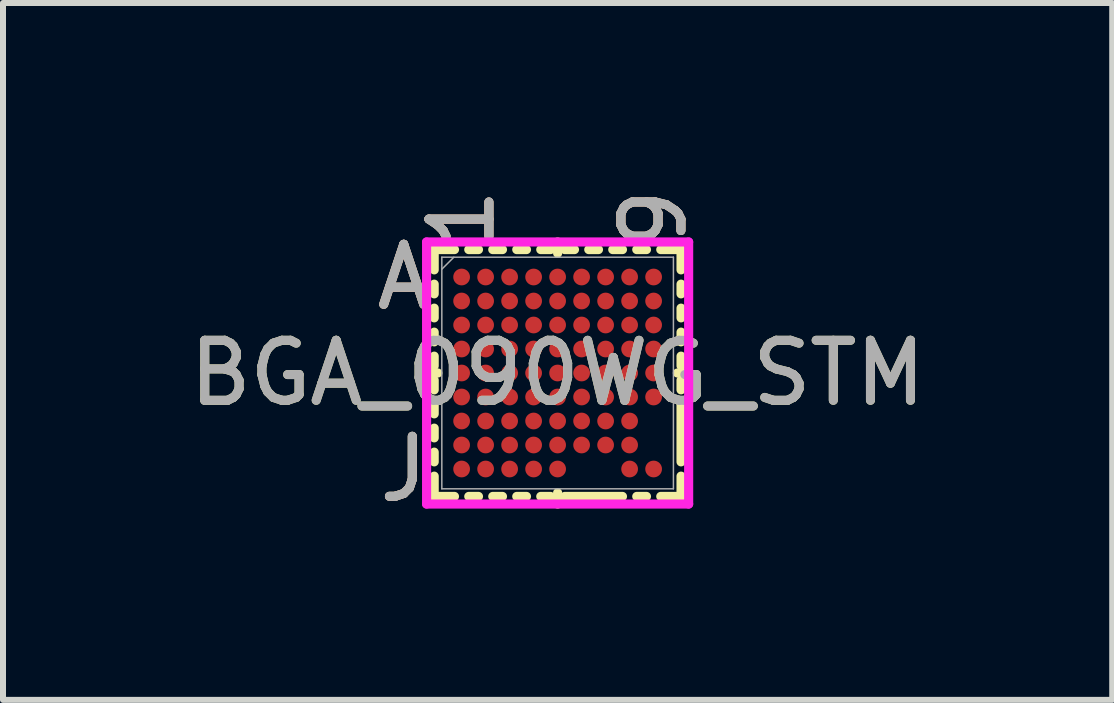
<source format=kicad_pcb>
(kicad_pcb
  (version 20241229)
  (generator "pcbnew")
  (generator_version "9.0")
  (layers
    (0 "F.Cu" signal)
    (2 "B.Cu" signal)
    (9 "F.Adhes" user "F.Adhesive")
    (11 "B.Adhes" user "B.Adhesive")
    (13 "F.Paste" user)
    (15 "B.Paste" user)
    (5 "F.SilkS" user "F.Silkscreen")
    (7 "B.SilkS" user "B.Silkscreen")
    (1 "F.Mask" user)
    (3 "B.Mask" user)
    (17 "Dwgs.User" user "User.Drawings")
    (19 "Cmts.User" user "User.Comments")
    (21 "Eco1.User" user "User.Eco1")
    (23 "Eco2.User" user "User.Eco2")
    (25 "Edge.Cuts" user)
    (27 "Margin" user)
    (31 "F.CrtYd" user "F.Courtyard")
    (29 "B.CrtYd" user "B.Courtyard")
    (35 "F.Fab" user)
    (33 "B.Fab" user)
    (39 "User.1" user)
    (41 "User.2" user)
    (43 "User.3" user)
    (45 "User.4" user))
  (footprint "BGA_090WG_STM"
    (layer "F.Cu")
    (at 6.244 3.167)
    (property "Reference" "BGA_090WG_STM" (at 0 0 0) (unlocked yes) (layer "F.SilkS") (effects (font (size 1 1) (thickness 0.15))))
    (attr smd)
    (fp_line (start -2.057 -2.057) (end -2.057 -1.719) (stroke (width 0.152) (type solid)) (layer "F.SilkS"))
    (fp_line (start -2.057 -1.481) (end -2.057 -1.319) (stroke (width 0.152) (type solid)) (layer "F.SilkS"))
    (fp_line (start -2.057 -1.081) (end -2.057 -0.919) (stroke (width 0.152) (type solid)) (layer "F.SilkS"))
    (fp_line (start -2.057 -0.681) (end -2.057 -0.519) (stroke (width 0.152) (type solid)) (layer "F.SilkS"))
    (fp_line (start -2.057 -0.281) (end -2.057 -0.119) (stroke (width 0.152) (type solid)) (layer "F.SilkS"))
    (fp_line (start -2.057 0.119) (end -2.057 0.281) (stroke (width 0.152) (type solid)) (layer "F.SilkS"))
    (fp_line (start -2.057 0.519) (end -2.057 0.681) (stroke (width 0.152) (type solid)) (layer "F.SilkS"))
    (fp_line (start -2.057 0.919) (end -2.057 1.081) (stroke (width 0.152) (type solid)) (layer "F.SilkS"))
    (fp_line (start -2.057 1.319) (end -2.057 1.481) (stroke (width 0.152) (type solid)) (layer "F.SilkS"))
    (fp_line (start -2.057 1.719) (end -2.057 2.057) (stroke (width 0.152) (type solid)) (layer "F.SilkS"))
    (fp_line (start -2.057 2.057) (end -1.719 2.057) (stroke (width 0.152) (type solid)) (layer "F.SilkS"))
    (fp_line (start -1.996 0) (end -2.184 0) (stroke (width 0.152) (type solid)) (layer "F.SilkS"))
    (fp_line (start -1.719 -2.057) (end -2.057 -2.057) (stroke (width 0.152) (type solid)) (layer "F.SilkS"))
    (fp_line (start -1.481 2.057) (end -1.319 2.057) (stroke (width 0.152) (type solid)) (layer "F.SilkS"))
    (fp_line (start -1.319 -2.057) (end -1.481 -2.057) (stroke (width 0.152) (type solid)) (layer "F.SilkS"))
    (fp_line (start -1.081 2.057) (end -0.919 2.057) (stroke (width 0.152) (type solid)) (layer "F.SilkS"))
    (fp_line (start -0.919 -2.057) (end -1.081 -2.057) (stroke (width 0.152) (type solid)) (layer "F.SilkS"))
    (fp_line (start -0.681 2.057) (end -0.519 2.057) (stroke (width 0.152) (type solid)) (layer "F.SilkS"))
    (fp_line (start -0.519 -2.057) (end -0.681 -2.057) (stroke (width 0.152) (type solid)) (layer "F.SilkS"))
    (fp_line (start -0.281 2.057) (end -0.119 2.057) (stroke (width 0.152) (type solid)) (layer "F.SilkS"))
    (fp_line (start -0.119 -2.057) (end -0.281 -2.057) (stroke (width 0.152) (type solid)) (layer "F.SilkS"))
    (fp_line (start 0 -1.996) (end 0 -2.184) (stroke (width 0.152) (type solid)) (layer "F.SilkS"))
    (fp_line (start 0 1.996) (end 0 2.184) (stroke (width 0.152) (type solid)) (layer "F.SilkS"))
    (fp_line (start 0.119 2.057) (end 1.081 2.057) (stroke (width 0.152) (type solid)) (layer "F.SilkS"))
    (fp_line (start 0.281 -2.057) (end 0.119 -2.057) (stroke (width 0.152) (type solid)) (layer "F.SilkS"))
    (fp_line (start 0.681 -2.057) (end 0.519 -2.057) (stroke (width 0.152) (type solid)) (layer "F.SilkS"))
    (fp_line (start 1.081 -2.057) (end 0.919 -2.057) (stroke (width 0.152) (type solid)) (layer "F.SilkS"))
    (fp_line (start 1.319 2.057) (end 1.481 2.057) (stroke (width 0.152) (type solid)) (layer "F.SilkS"))
    (fp_line (start 1.481 -2.057) (end 1.319 -2.057) (stroke (width 0.152) (type solid)) (layer "F.SilkS"))
    (fp_line (start 1.719 2.057) (end 2.057 2.057) (stroke (width 0.152) (type solid)) (layer "F.SilkS"))
    (fp_line (start 1.996 0) (end 2.184 0) (stroke (width 0.152) (type solid)) (layer "F.SilkS"))
    (fp_line (start 2.057 -2.057) (end 1.719 -2.057) (stroke (width 0.152) (type solid)) (layer "F.SilkS"))
    (fp_line (start 2.057 -1.719) (end 2.057 -2.057) (stroke (width 0.152) (type solid)) (layer "F.SilkS"))
    (fp_line (start 2.057 -1.319) (end 2.057 -1.481) (stroke (width 0.152) (type solid)) (layer "F.SilkS"))
    (fp_line (start 2.057 -0.919) (end 2.057 -1.081) (stroke (width 0.152) (type solid)) (layer "F.SilkS"))
    (fp_line (start 2.057 -0.519) (end 2.057 -0.681) (stroke (width 0.152) (type solid)) (layer "F.SilkS"))
    (fp_line (start 2.057 -0.119) (end 2.057 -0.281) (stroke (width 0.152) (type solid)) (layer "F.SilkS"))
    (fp_line (start 2.057 0.281) (end 2.057 0.119) (stroke (width 0.152) (type solid)) (layer "F.SilkS"))
    (fp_line (start 2.057 1.481) (end 2.057 0.519) (stroke (width 0.152) (type solid)) (layer "F.SilkS"))
    (fp_line (start 2.057 2.057) (end 2.057 1.719) (stroke (width 0.152) (type solid)) (layer "F.SilkS"))
    (fp_poly (pts (xy -2.245 -2.245) (xy 2.245 -2.245) (xy 2.245 2.245) (xy -2.245 2.245)) (stroke (width 0.1) (type solid)) (fill no) (layer "Eco2.User"))
    (fp_line (start -2.184 -2.184) (end 2.184 -2.184) (stroke (width 0.152) (type solid)) (layer "F.CrtYd"))
    (fp_line (start -2.184 2.184) (end -2.184 -2.184) (stroke (width 0.152) (type solid)) (layer "F.CrtYd"))
    (fp_line (start 2.184 -2.184) (end 2.184 2.184) (stroke (width 0.152) (type solid)) (layer "F.CrtYd"))
    (fp_line (start 2.184 2.184) (end -2.184 2.184) (stroke (width 0.152) (type solid)) (layer "F.CrtYd"))
    (fp_line (start -1.93 -1.93) (end -1.93 1.93) (stroke (width 0.025) (type solid)) (layer "F.Fab"))
    (fp_line (start -1.93 1.93) (end 1.93 1.93) (stroke (width 0.025) (type solid)) (layer "F.Fab"))
    (fp_line (start -1.73 -1.93) (end -1.93 -1.73) (stroke (width 0.025) (type solid)) (layer "F.Fab"))
    (fp_line (start 1.93 -1.93) (end -1.93 -1.93) (stroke (width 0.025) (type solid)) (layer "F.Fab"))
    (fp_line (start 1.93 1.93) (end 1.93 -1.93) (stroke (width 0.025) (type solid)) (layer "F.Fab"))
    (fp_text user "J" (at -2.565 1.6 0) (unlocked yes) (layer "F.SilkS") (effects (font (size 1 1) (thickness 0.15))))
    (fp_text user "A" (at -2.565 -1.6 0) (unlocked yes) (layer "F.SilkS") (effects (font (size 1 1) (thickness 0.15))))
    (fp_text user "1" (at -1.6 -2.565 90) (unlocked yes) (layer "F.SilkS") (effects (font (size 1 1) (thickness 0.15))))
    (fp_text user "9" (at 1.6 -2.565 90) (unlocked yes) (layer "F.SilkS") (effects (font (size 1 1) (thickness 0.15))))
    (fp_text user "A" (at -2.565 -1.6 0) (unlocked yes) (layer "B.SilkS") (effects (font (size 1 1) (thickness 0.15))))
    (fp_text user "9" (at 1.6 -2.565 90) (unlocked yes) (layer "B.SilkS") (effects (font (size 1 1) (thickness 0.15))))
    (fp_text user "J" (at -2.565 1.6 0) (unlocked yes) (layer "B.SilkS") (effects (font (size 1 1) (thickness 0.15))))
    (fp_text user "1" (at -1.6 -2.565 90) (unlocked yes) (layer "B.SilkS") (effects (font (size 1 1) (thickness 0.15))))
    (fp_text user "J" (at -2.565 1.6 0) (unlocked yes) (layer "F.Fab") (effects (font (size 1 1) (thickness 0.15))))
    (fp_text user "1" (at -1.6 -2.565 90) (unlocked yes) (layer "F.Fab") (effects (font (size 1 1) (thickness 0.15))))
    (fp_text user "A" (at -2.565 -1.6 0) (unlocked yes) (layer "F.Fab") (effects (font (size 1 1) (thickness 0.15))))
    (fp_text user "9" (at 1.6 -2.565 90) (unlocked yes) (layer "F.Fab") (effects (font (size 1 1) (thickness 0.15))))
    (fp_text user "${REFERENCE}" (at 0 0 0) (unlocked yes) (layer "F.Fab") (effects (font (size 1 1) (thickness 0.15))))
    (pad "A1" smd circle (at -1.6 -1.6) (size 0.279 0.279) (layers "F.Cu" "F.Mask" "F.Paste"))
    (pad "A2" smd circle (at -1.2 -1.6) (size 0.279 0.279) (layers "F.Cu" "F.Mask" "F.Paste"))
    (pad "A3" smd circle (at -0.8 -1.6) (size 0.279 0.279) (layers "F.Cu" "F.Mask" "F.Paste"))
    (pad "A4" smd circle (at -0.4 -1.6) (size 0.279 0.279) (layers "F.Cu" "F.Mask" "F.Paste"))
    (pad "A5" smd circle (at 0 -1.6) (size 0.279 0.279) (layers "F.Cu" "F.Mask" "F.Paste"))
    (pad "A6" smd circle (at 0.4 -1.6) (size 0.279 0.279) (layers "F.Cu" "F.Mask" "F.Paste"))
    (pad "A7" smd circle (at 0.8 -1.6) (size 0.279 0.279) (layers "F.Cu" "F.Mask" "F.Paste"))
    (pad "A8" smd circle (at 1.2 -1.6) (size 0.279 0.279) (layers "F.Cu" "F.Mask" "F.Paste"))
    (pad "A9" smd circle (at 1.6 -1.6) (size 0.279 0.279) (layers "F.Cu" "F.Mask" "F.Paste"))
    (pad "B1" smd circle (at -1.6 -1.2) (size 0.279 0.279) (layers "F.Cu" "F.Mask" "F.Paste"))
    (pad "B2" smd circle (at -1.2 -1.2) (size 0.279 0.279) (layers "F.Cu" "F.Mask" "F.Paste"))
    (pad "B3" smd circle (at -0.8 -1.2) (size 0.279 0.279) (layers "F.Cu" "F.Mask" "F.Paste"))
    (pad "B4" smd circle (at -0.4 -1.2) (size 0.279 0.279) (layers "F.Cu" "F.Mask" "F.Paste"))
    (pad "B5" smd circle (at 0 -1.2) (size 0.279 0.279) (layers "F.Cu" "F.Mask" "F.Paste"))
    (pad "B6" smd circle (at 0.4 -1.2) (size 0.279 0.279) (layers "F.Cu" "F.Mask" "F.Paste"))
    (pad "B7" smd circle (at 0.8 -1.2) (size 0.279 0.279) (layers "F.Cu" "F.Mask" "F.Paste"))
    (pad "B8" smd circle (at 1.2 -1.2) (size 0.279 0.279) (layers "F.Cu" "F.Mask" "F.Paste"))
    (pad "B9" smd circle (at 1.6 -1.2) (size 0.279 0.279) (layers "F.Cu" "F.Mask" "F.Paste"))
    (pad "C1" smd circle (at -1.6 -0.8) (size 0.279 0.279) (layers "F.Cu" "F.Mask" "F.Paste"))
    (pad "C2" smd circle (at -1.2 -0.8) (size 0.279 0.279) (layers "F.Cu" "F.Mask" "F.Paste"))
    (pad "C3" smd circle (at -0.8 -0.8) (size 0.279 0.279) (layers "F.Cu" "F.Mask" "F.Paste"))
    (pad "C4" smd circle (at -0.4 -0.8) (size 0.279 0.279) (layers "F.Cu" "F.Mask" "F.Paste"))
    (pad "C5" smd circle (at 0 -0.8) (size 0.279 0.279) (layers "F.Cu" "F.Mask" "F.Paste"))
    (pad "C6" smd circle (at 0.4 -0.8) (size 0.279 0.279) (layers "F.Cu" "F.Mask" "F.Paste"))
    (pad "C7" smd circle (at 0.8 -0.8) (size 0.279 0.279) (layers "F.Cu" "F.Mask" "F.Paste"))
    (pad "C8" smd circle (at 1.2 -0.8) (size 0.279 0.279) (layers "F.Cu" "F.Mask" "F.Paste"))
    (pad "C9" smd circle (at 1.6 -0.8) (size 0.279 0.279) (layers "F.Cu" "F.Mask" "F.Paste"))
    (pad "D1" smd circle (at -1.6 -0.4) (size 0.279 0.279) (layers "F.Cu" "F.Mask" "F.Paste"))
    (pad "D2" smd circle (at -1.2 -0.4) (size 0.279 0.279) (layers "F.Cu" "F.Mask" "F.Paste"))
    (pad "D3" smd circle (at -0.8 -0.4) (size 0.279 0.279) (layers "F.Cu" "F.Mask" "F.Paste"))
    (pad "D4" smd circle (at -0.4 -0.4) (size 0.279 0.279) (layers "F.Cu" "F.Mask" "F.Paste"))
    (pad "D5" smd circle (at 0 -0.4) (size 0.279 0.279) (layers "F.Cu" "F.Mask" "F.Paste"))
    (pad "D6" smd circle (at 0.4 -0.4) (size 0.279 0.279) (layers "F.Cu" "F.Mask" "F.Paste"))
    (pad "D7" smd circle (at 0.8 -0.4) (size 0.279 0.279) (layers "F.Cu" "F.Mask" "F.Paste"))
    (pad "D8" smd circle (at 1.2 -0.4) (size 0.279 0.279) (layers "F.Cu" "F.Mask" "F.Paste"))
    (pad "D9" smd circle (at 1.6 -0.4) (size 0.279 0.279) (layers "F.Cu" "F.Mask" "F.Paste"))
    (pad "E1" smd circle (at -1.6 0) (size 0.279 0.279) (layers "F.Cu" "F.Mask" "F.Paste"))
    (pad "E2" smd circle (at -1.2 0) (size 0.279 0.279) (layers "F.Cu" "F.Mask" "F.Paste"))
    (pad "E3" smd circle (at -0.8 0) (size 0.279 0.279) (layers "F.Cu" "F.Mask" "F.Paste"))
    (pad "E4" smd circle (at -0.4 0) (size 0.279 0.279) (layers "F.Cu" "F.Mask" "F.Paste"))
    (pad "E5" smd circle (at 0 0) (size 0.279 0.279) (layers "F.Cu" "F.Mask" "F.Paste"))
    (pad "E6" smd circle (at 0.4 0) (size 0.279 0.279) (layers "F.Cu" "F.Mask" "F.Paste"))
    (pad "E7" smd circle (at 0.8 0) (size 0.279 0.279) (layers "F.Cu" "F.Mask" "F.Paste"))
    (pad "E8" smd circle (at 1.2 0) (size 0.279 0.279) (layers "F.Cu" "F.Mask" "F.Paste"))
    (pad "E9" smd circle (at 1.6 0) (size 0.279 0.279) (layers "F.Cu" "F.Mask" "F.Paste"))
    (pad "F1" smd circle (at -1.6 0.4) (size 0.279 0.279) (layers "F.Cu" "F.Mask" "F.Paste"))
    (pad "F2" smd circle (at -1.2 0.4) (size 0.279 0.279) (layers "F.Cu" "F.Mask" "F.Paste"))
    (pad "F3" smd circle (at -0.8 0.4) (size 0.279 0.279) (layers "F.Cu" "F.Mask" "F.Paste"))
    (pad "F4" smd circle (at -0.4 0.4) (size 0.279 0.279) (layers "F.Cu" "F.Mask" "F.Paste"))
    (pad "F5" smd circle (at 0 0.4) (size 0.279 0.279) (layers "F.Cu" "F.Mask" "F.Paste"))
    (pad "F6" smd circle (at 0.4 0.4) (size 0.279 0.279) (layers "F.Cu" "F.Mask" "F.Paste"))
    (pad "F7" smd circle (at 0.8 0.4) (size 0.279 0.279) (layers "F.Cu" "F.Mask" "F.Paste"))
    (pad "F8" smd circle (at 1.2 0.4) (size 0.279 0.279) (layers "F.Cu" "F.Mask" "F.Paste"))
    (pad "F9" smd circle (at 1.6 0.4) (size 0.279 0.279) (layers "F.Cu" "F.Mask" "F.Paste"))
    (pad "G1" smd circle (at -1.6 0.8) (size 0.279 0.279) (layers "F.Cu" "F.Mask" "F.Paste"))
    (pad "G2" smd circle (at -1.2 0.8) (size 0.279 0.279) (layers "F.Cu" "F.Mask" "F.Paste"))
    (pad "G3" smd circle (at -0.8 0.8) (size 0.279 0.279) (layers "F.Cu" "F.Mask" "F.Paste"))
    (pad "G4" smd circle (at -0.4 0.8) (size 0.279 0.279) (layers "F.Cu" "F.Mask" "F.Paste"))
    (pad "G5" smd circle (at 0 0.8) (size 0.279 0.279) (layers "F.Cu" "F.Mask" "F.Paste"))
    (pad "G6" smd circle (at 0.4 0.8) (size 0.279 0.279) (layers "F.Cu" "F.Mask" "F.Paste"))
    (pad "G7" smd circle (at 0.8 0.8) (size 0.279 0.279) (layers "F.Cu" "F.Mask" "F.Paste"))
    (pad "G8" smd circle (at 1.2 0.8) (size 0.279 0.279) (layers "F.Cu" "F.Mask" "F.Paste"))
    (pad "H1" smd circle (at -1.6 1.2) (size 0.279 0.279) (layers "F.Cu" "F.Mask" "F.Paste"))
    (pad "H2" smd circle (at -1.2 1.2) (size 0.279 0.279) (layers "F.Cu" "F.Mask" "F.Paste"))
    (pad "H3" smd circle (at -0.8 1.2) (size 0.279 0.279) (layers "F.Cu" "F.Mask" "F.Paste"))
    (pad "H4" smd circle (at -0.4 1.2) (size 0.279 0.279) (layers "F.Cu" "F.Mask" "F.Paste"))
    (pad "H5" smd circle (at 0 1.2) (size 0.279 0.279) (layers "F.Cu" "F.Mask" "F.Paste"))
    (pad "H6" smd circle (at 0.4 1.2) (size 0.279 0.279) (layers "F.Cu" "F.Mask" "F.Paste"))
    (pad "H7" smd circle (at 0.8 1.2) (size 0.279 0.279) (layers "F.Cu" "F.Mask" "F.Paste"))
    (pad "H8" smd circle (at 1.2 1.2) (size 0.279 0.279) (layers "F.Cu" "F.Mask" "F.Paste"))
    (pad "J1" smd circle (at -1.6 1.6) (size 0.279 0.279) (layers "F.Cu" "F.Mask" "F.Paste"))
    (pad "J2" smd circle (at -1.2 1.6) (size 0.279 0.279) (layers "F.Cu" "F.Mask" "F.Paste"))
    (pad "J3" smd circle (at -0.8 1.6) (size 0.279 0.279) (layers "F.Cu" "F.Mask" "F.Paste"))
    (pad "J4" smd circle (at -0.4 1.6) (size 0.279 0.279) (layers "F.Cu" "F.Mask" "F.Paste"))
    (pad "J5" smd circle (at 0 1.6) (size 0.279 0.279) (layers "F.Cu" "F.Mask" "F.Paste"))
    (pad "J8" smd circle (at 1.2 1.6) (size 0.279 0.279) (layers "F.Cu" "F.Mask" "F.Paste"))
    (pad "J9" smd circle (at 1.6 1.6) (size 0.279 0.279) (layers "F.Cu" "F.Mask" "F.Paste")))
  (gr_rect
    (start -3 -3)
    (end 15.488 8.615)
    (stroke (width 0.1) (type default))
    (fill no)
    (layer "Edge.Cuts")))
</source>
